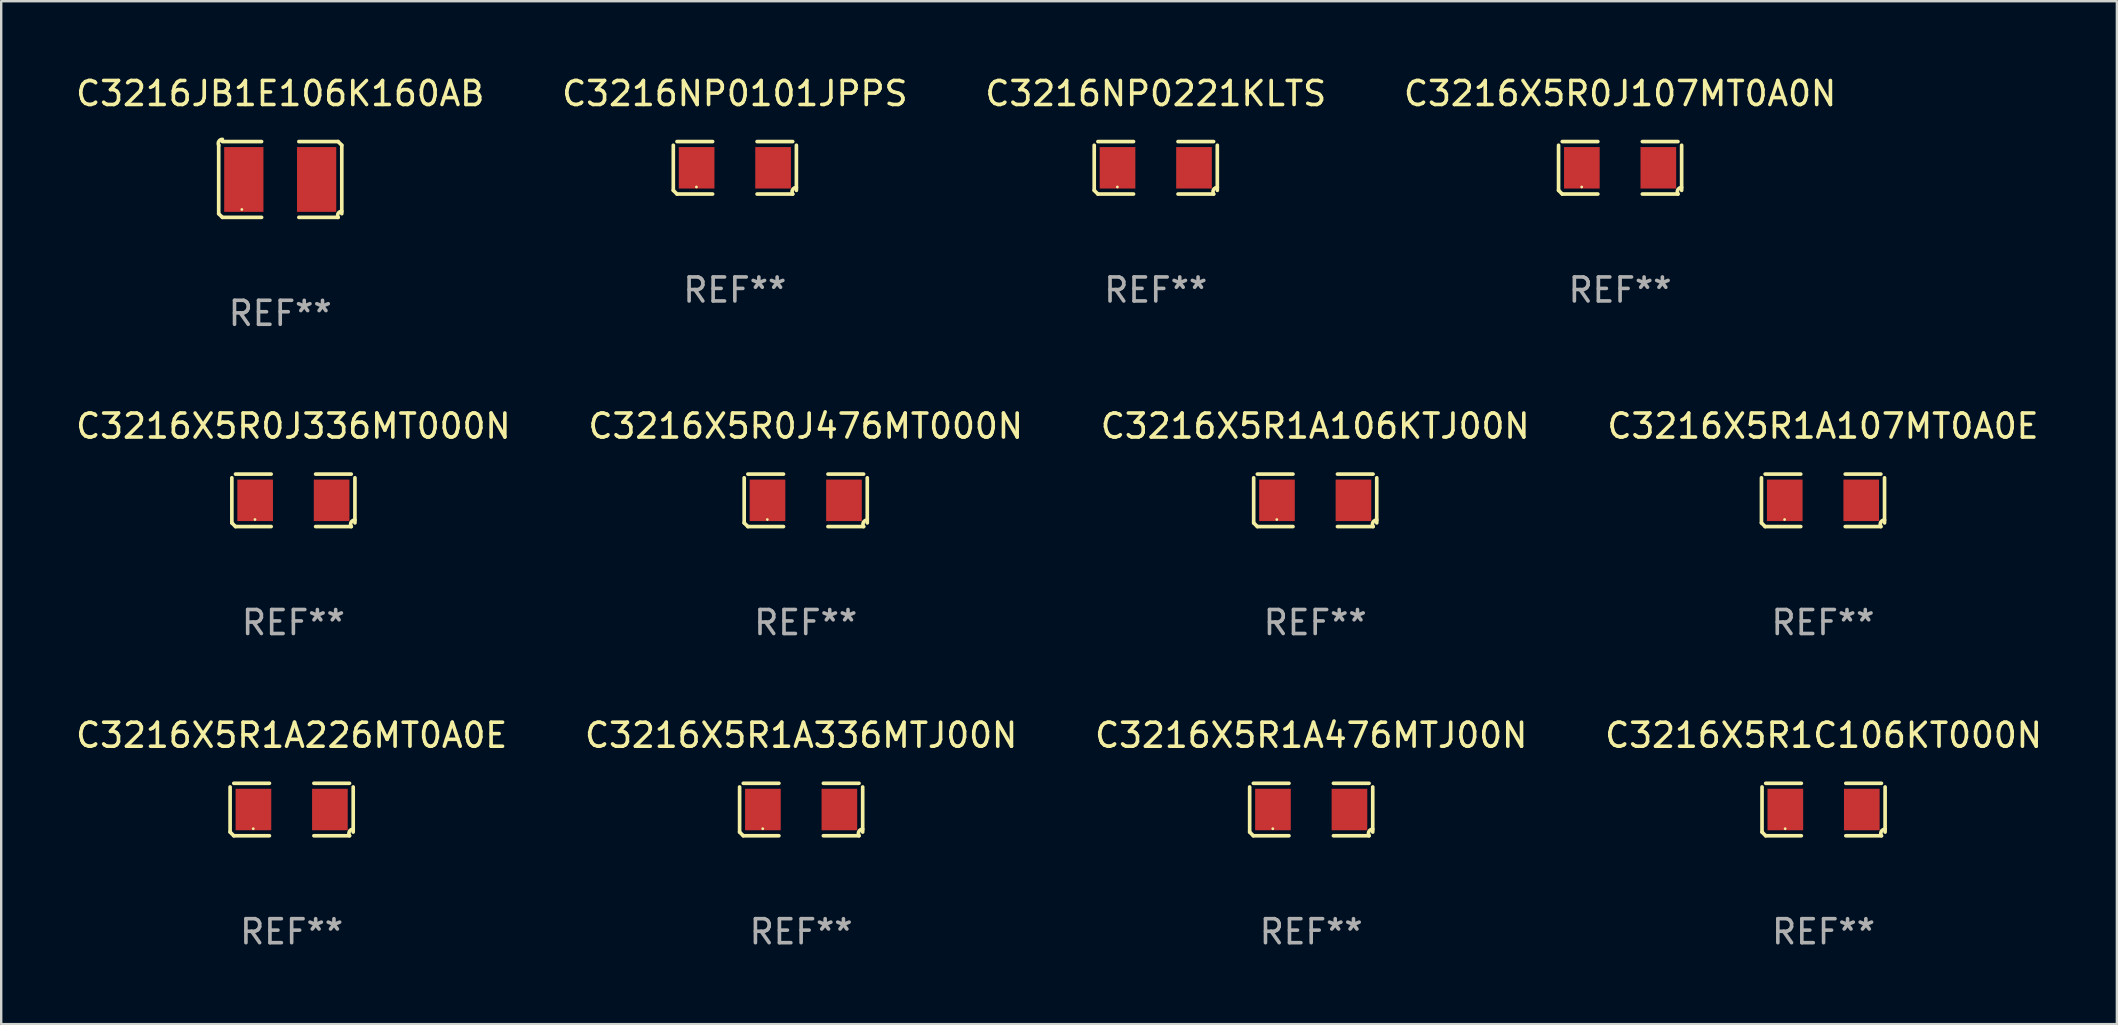
<source format=kicad_pcb>
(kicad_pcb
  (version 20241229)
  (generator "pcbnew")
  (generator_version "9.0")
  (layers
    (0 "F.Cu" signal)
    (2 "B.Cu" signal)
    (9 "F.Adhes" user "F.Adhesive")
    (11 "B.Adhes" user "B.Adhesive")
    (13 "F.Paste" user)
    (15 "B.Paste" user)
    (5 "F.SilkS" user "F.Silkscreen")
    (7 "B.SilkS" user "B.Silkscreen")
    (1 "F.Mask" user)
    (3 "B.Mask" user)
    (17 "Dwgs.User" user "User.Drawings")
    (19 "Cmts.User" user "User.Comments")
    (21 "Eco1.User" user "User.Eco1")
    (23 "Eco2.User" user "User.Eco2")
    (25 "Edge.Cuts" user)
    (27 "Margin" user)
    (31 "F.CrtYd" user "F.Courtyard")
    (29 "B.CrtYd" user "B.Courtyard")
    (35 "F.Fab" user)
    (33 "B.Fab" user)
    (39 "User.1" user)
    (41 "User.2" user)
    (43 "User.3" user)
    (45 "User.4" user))
  (footprint "C3216NP0221KLTS"
    (layer "F.Cu")
    (at 45.101 3.941)
    (property "Reference" "C3216NP0221KLTS" (at 0 -3.093 0) (layer "F.SilkS") (effects (font (size 1 1) (thickness 0.15))))
    (attr through_hole)
    (fp_line (start -2.564 0.94) (end -2.564 -0.94) (stroke (width 0.152) (type solid)) (layer "F.SilkS"))
    (fp_line (start -2.411 -1.093) (end -0.926 -1.093) (stroke (width 0.152) (type solid)) (layer "F.SilkS"))
    (fp_line (start -0.926 1.093) (end -2.411 1.093) (stroke (width 0.152) (type solid)) (layer "F.SilkS"))
    (fp_line (start 0.926 1.093) (end 2.411 1.093) (stroke (width 0.152) (type solid)) (layer "F.SilkS"))
    (fp_line (start 2.411 -1.093) (end 0.926 -1.093) (stroke (width 0.152) (type solid)) (layer "F.SilkS"))
    (fp_line (start 2.564 0.94) (end 2.564 -0.94) (stroke (width 0.152) (type solid)) (layer "F.SilkS"))
    (fp_arc (start -2.411201 1.092609) (mid -2.487413 1.01642) (end -2.563602 0.940208) (stroke (width 0.1524) (type solid)) (layer "F.SilkS"))
    (fp_arc (start 2.411201 1.092609) (mid 2.407159 0.911226) (end 2.563602 0.819347) (stroke (width 0.1524) (type solid)) (layer "F.SilkS"))
    (fp_circle (center -1.6 0.8) (end -1.57 0.8) (stroke (width 0.06) (type solid)) (fill no) (layer "F.SilkS"))
    (fp_text user "REF**" (at 0 5.093 0) (layer "F.Fab") (effects (font (size 1 1) (thickness 0.15))))
    (pad "1" smd rect (at -1.593 0) (size 1.485 1.728) (layers "F.Cu" "F.Mask" "F.Paste"))
    (pad "2" smd rect (at 1.593 0) (size 1.485 1.728) (layers "F.Cu" "F.Mask" "F.Paste")))
  (footprint "C3216X5R1A107MT0A0E"
    (layer "F.Cu")
    (at 72.899 17.795)
    (property "Reference" "C3216X5R1A107MT0A0E" (at 0 -3.093 0) (layer "F.SilkS") (effects (font (size 1 1) (thickness 0.15))))
    (attr through_hole)
    (fp_line (start -2.564 0.94) (end -2.564 -0.94) (stroke (width 0.152) (type solid)) (layer "F.SilkS"))
    (fp_line (start -2.411 -1.093) (end -0.926 -1.093) (stroke (width 0.152) (type solid)) (layer "F.SilkS"))
    (fp_line (start -0.926 1.093) (end -2.411 1.093) (stroke (width 0.152) (type solid)) (layer "F.SilkS"))
    (fp_line (start 0.926 1.093) (end 2.411 1.093) (stroke (width 0.152) (type solid)) (layer "F.SilkS"))
    (fp_line (start 2.411 -1.093) (end 0.926 -1.093) (stroke (width 0.152) (type solid)) (layer "F.SilkS"))
    (fp_line (start 2.564 0.94) (end 2.564 -0.94) (stroke (width 0.152) (type solid)) (layer "F.SilkS"))
    (fp_arc (start -2.411201 1.092609) (mid -2.487413 1.01642) (end -2.563602 0.940208) (stroke (width 0.1524) (type solid)) (layer "F.SilkS"))
    (fp_arc (start 2.411201 1.092609) (mid 2.407159 0.911226) (end 2.563602 0.819347) (stroke (width 0.1524) (type solid)) (layer "F.SilkS"))
    (fp_circle (center -1.6 0.8) (end -1.57 0.8) (stroke (width 0.06) (type solid)) (fill no) (layer "F.SilkS"))
    (fp_text user "REF**" (at 0 5.093 0) (layer "F.Fab") (effects (font (size 1 1) (thickness 0.15))))
    (pad "1" smd rect (at -1.593 0) (size 1.485 1.728) (layers "F.Cu" "F.Mask" "F.Paste"))
    (pad "2" smd rect (at 1.593 0) (size 1.485 1.728) (layers "F.Cu" "F.Mask" "F.Paste")))
  (footprint "C3216JB1E106K160AB"
    (layer "F.Cu")
    (at 8.625 4.427)
    (property "Reference" "C3216JB1E106K160AB" (at 0 -3.579 0) (layer "F.SilkS") (effects (font (size 1 1) (thickness 0.15))))
    (attr through_hole)
    (fp_line (start -2.564 1.426) (end -2.564 -1.426) (stroke (width 0.152) (type solid)) (layer "F.SilkS"))
    (fp_line (start -2.411 -1.579) (end -0.776 -1.579) (stroke (width 0.152) (type solid)) (layer "F.SilkS"))
    (fp_line (start -0.776 1.579) (end -2.411 1.579) (stroke (width 0.152) (type solid)) (layer "F.SilkS"))
    (fp_line (start 0.776 1.579) (end 2.411 1.579) (stroke (width 0.152) (type solid)) (layer "F.SilkS"))
    (fp_line (start 2.411 -1.579) (end 0.776 -1.579) (stroke (width 0.152) (type solid)) (layer "F.SilkS"))
    (fp_line (start 2.564 1.426) (end 2.564 -1.426) (stroke (width 0.152) (type solid)) (layer "F.SilkS"))
    (fp_arc (start -2.563602 -1.426213) (mid -2.555597 -1.591233) (end -2.411201 -1.671518) (stroke (width 0.1524) (type solid)) (layer "F.SilkS"))
    (fp_arc (start -2.5636 1.426214) (mid -2.487389 1.502402) (end -2.411201 1.578613) (stroke (width 0.1524) (type solid)) (layer "F.SilkS"))
    (fp_arc (start 2.411197 -1.578618) (mid 2.487403 -1.502419) (end 2.563602 -1.426213) (stroke (width 0.1524) (type solid)) (layer "F.SilkS"))
    (fp_arc (start 2.411201 1.578613) (mid 2.416214 1.409455) (end 2.563602 1.32629) (stroke (width 0.1524) (type solid)) (layer "F.SilkS"))
    (fp_circle (center -1.6 1.25) (end -1.57 1.25) (stroke (width 0.06) (type solid)) (fill no) (layer "F.SilkS"))
    (fp_text user "REF**" (at 0 5.579 0) (layer "F.Fab") (effects (font (size 1 1) (thickness 0.15))))
    (pad "1" smd rect (at -1.517 0) (size 1.635 2.7) (layers "F.Cu" "F.Mask" "F.Paste"))
    (pad "2" smd rect (at 1.517 0) (size 1.635 2.7) (layers "F.Cu" "F.Mask" "F.Paste")))
  (footprint "C3216X5R1A106KTJ00N"
    (layer "F.Cu")
    (at 51.744 17.795)
    (property "Reference" "C3216X5R1A106KTJ00N" (at 0 -3.093 0) (layer "F.SilkS") (effects (font (size 1 1) (thickness 0.15))))
    (attr through_hole)
    (fp_line (start -2.564 0.94) (end -2.564 -0.94) (stroke (width 0.152) (type solid)) (layer "F.SilkS"))
    (fp_line (start -2.411 -1.093) (end -0.926 -1.093) (stroke (width 0.152) (type solid)) (layer "F.SilkS"))
    (fp_line (start -0.926 1.093) (end -2.411 1.093) (stroke (width 0.152) (type solid)) (layer "F.SilkS"))
    (fp_line (start 0.926 1.093) (end 2.411 1.093) (stroke (width 0.152) (type solid)) (layer "F.SilkS"))
    (fp_line (start 2.411 -1.093) (end 0.926 -1.093) (stroke (width 0.152) (type solid)) (layer "F.SilkS"))
    (fp_line (start 2.564 0.94) (end 2.564 -0.94) (stroke (width 0.152) (type solid)) (layer "F.SilkS"))
    (fp_arc (start -2.411201 1.092609) (mid -2.487413 1.01642) (end -2.563602 0.940208) (stroke (width 0.1524) (type solid)) (layer "F.SilkS"))
    (fp_arc (start 2.411201 1.092609) (mid 2.407159 0.911226) (end 2.563602 0.819347) (stroke (width 0.1524) (type solid)) (layer "F.SilkS"))
    (fp_circle (center -1.6 0.8) (end -1.57 0.8) (stroke (width 0.06) (type solid)) (fill no) (layer "F.SilkS"))
    (fp_text user "REF**" (at 0 5.093 0) (layer "F.Fab") (effects (font (size 1 1) (thickness 0.15))))
    (pad "1" smd rect (at -1.593 0) (size 1.485 1.728) (layers "F.Cu" "F.Mask" "F.Paste"))
    (pad "2" smd rect (at 1.593 0) (size 1.485 1.728) (layers "F.Cu" "F.Mask" "F.Paste")))
  (footprint "C3216X5R0J476MT000N"
    (layer "F.Cu")
    (at 30.518 17.795)
    (property "Reference" "C3216X5R0J476MT000N" (at 0 -3.093 0) (layer "F.SilkS") (effects (font (size 1 1) (thickness 0.15))))
    (attr through_hole)
    (fp_line (start -2.564 0.94) (end -2.564 -0.94) (stroke (width 0.152) (type solid)) (layer "F.SilkS"))
    (fp_line (start -2.411 -1.093) (end -0.926 -1.093) (stroke (width 0.152) (type solid)) (layer "F.SilkS"))
    (fp_line (start -0.926 1.093) (end -2.411 1.093) (stroke (width 0.152) (type solid)) (layer "F.SilkS"))
    (fp_line (start 0.926 1.093) (end 2.411 1.093) (stroke (width 0.152) (type solid)) (layer "F.SilkS"))
    (fp_line (start 2.411 -1.093) (end 0.926 -1.093) (stroke (width 0.152) (type solid)) (layer "F.SilkS"))
    (fp_line (start 2.564 0.94) (end 2.564 -0.94) (stroke (width 0.152) (type solid)) (layer "F.SilkS"))
    (fp_arc (start -2.411201 1.092609) (mid -2.487413 1.01642) (end -2.563602 0.940208) (stroke (width 0.1524) (type solid)) (layer "F.SilkS"))
    (fp_arc (start 2.411201 1.092609) (mid 2.407159 0.911226) (end 2.563602 0.819347) (stroke (width 0.1524) (type solid)) (layer "F.SilkS"))
    (fp_circle (center -1.6 0.8) (end -1.57 0.8) (stroke (width 0.06) (type solid)) (fill no) (layer "F.SilkS"))
    (fp_text user "REF**" (at 0 5.093 0) (layer "F.Fab") (effects (font (size 1 1) (thickness 0.15))))
    (pad "1" smd rect (at -1.593 0) (size 1.485 1.728) (layers "F.Cu" "F.Mask" "F.Paste"))
    (pad "2" smd rect (at 1.593 0) (size 1.485 1.728) (layers "F.Cu" "F.Mask" "F.Paste")))
  (footprint "C3216X5R1C106KT000N"
    (layer "F.Cu")
    (at 72.923 30.676)
    (property "Reference" "C3216X5R1C106KT000N" (at 0 -3.093 0) (layer "F.SilkS") (effects (font (size 1 1) (thickness 0.15))))
    (attr through_hole)
    (fp_line (start -2.564 0.94) (end -2.564 -0.94) (stroke (width 0.152) (type solid)) (layer "F.SilkS"))
    (fp_line (start -2.411 -1.093) (end -0.926 -1.093) (stroke (width 0.152) (type solid)) (layer "F.SilkS"))
    (fp_line (start -0.926 1.093) (end -2.411 1.093) (stroke (width 0.152) (type solid)) (layer "F.SilkS"))
    (fp_line (start 0.926 1.093) (end 2.411 1.093) (stroke (width 0.152) (type solid)) (layer "F.SilkS"))
    (fp_line (start 2.411 -1.093) (end 0.926 -1.093) (stroke (width 0.152) (type solid)) (layer "F.SilkS"))
    (fp_line (start 2.564 0.94) (end 2.564 -0.94) (stroke (width 0.152) (type solid)) (layer "F.SilkS"))
    (fp_arc (start -2.411201 1.092609) (mid -2.487413 1.01642) (end -2.563602 0.940208) (stroke (width 0.1524) (type solid)) (layer "F.SilkS"))
    (fp_arc (start 2.411201 1.092609) (mid 2.407159 0.911226) (end 2.563602 0.819347) (stroke (width 0.1524) (type solid)) (layer "F.SilkS"))
    (fp_circle (center -1.6 0.8) (end -1.57 0.8) (stroke (width 0.06) (type solid)) (fill no) (layer "F.SilkS"))
    (fp_text user "REF**" (at 0 5.093 0) (layer "F.Fab") (effects (font (size 1 1) (thickness 0.15))))
    (pad "1" smd rect (at -1.593 0) (size 1.485 1.728) (layers "F.Cu" "F.Mask" "F.Paste"))
    (pad "2" smd rect (at 1.593 0) (size 1.485 1.728) (layers "F.Cu" "F.Mask" "F.Paste")))
  (footprint "C3216NP0101JPPS"
    (layer "F.Cu")
    (at 27.565 3.941)
    (property "Reference" "C3216NP0101JPPS" (at 0 -3.093 0) (layer "F.SilkS") (effects (font (size 1 1) (thickness 0.15))))
    (attr through_hole)
    (fp_line (start -2.564 0.94) (end -2.564 -0.94) (stroke (width 0.152) (type solid)) (layer "F.SilkS"))
    (fp_line (start -2.411 -1.093) (end -0.926 -1.093) (stroke (width 0.152) (type solid)) (layer "F.SilkS"))
    (fp_line (start -0.926 1.093) (end -2.411 1.093) (stroke (width 0.152) (type solid)) (layer "F.SilkS"))
    (fp_line (start 0.926 1.093) (end 2.411 1.093) (stroke (width 0.152) (type solid)) (layer "F.SilkS"))
    (fp_line (start 2.411 -1.093) (end 0.926 -1.093) (stroke (width 0.152) (type solid)) (layer "F.SilkS"))
    (fp_line (start 2.564 0.94) (end 2.564 -0.94) (stroke (width 0.152) (type solid)) (layer "F.SilkS"))
    (fp_arc (start -2.411201 1.092609) (mid -2.487413 1.01642) (end -2.563602 0.940208) (stroke (width 0.1524) (type solid)) (layer "F.SilkS"))
    (fp_arc (start 2.411201 1.092609) (mid 2.407159 0.911226) (end 2.563602 0.819347) (stroke (width 0.1524) (type solid)) (layer "F.SilkS"))
    (fp_circle (center -1.6 0.8) (end -1.57 0.8) (stroke (width 0.06) (type solid)) (fill no) (layer "F.SilkS"))
    (fp_text user "REF**" (at 0 5.093 0) (layer "F.Fab") (effects (font (size 1 1) (thickness 0.15))))
    (pad "1" smd rect (at -1.593 0) (size 1.485 1.728) (layers "F.Cu" "F.Mask" "F.Paste"))
    (pad "2" smd rect (at 1.593 0) (size 1.485 1.728) (layers "F.Cu" "F.Mask" "F.Paste")))
  (footprint "C3216X5R0J336MT000N"
    (layer "F.Cu")
    (at 9.173 17.795)
    (property "Reference" "C3216X5R0J336MT000N" (at 0 -3.093 0) (layer "F.SilkS") (effects (font (size 1 1) (thickness 0.15))))
    (attr through_hole)
    (fp_line (start -2.564 0.94) (end -2.564 -0.94) (stroke (width 0.152) (type solid)) (layer "F.SilkS"))
    (fp_line (start -2.411 -1.093) (end -0.926 -1.093) (stroke (width 0.152) (type solid)) (layer "F.SilkS"))
    (fp_line (start -0.926 1.093) (end -2.411 1.093) (stroke (width 0.152) (type solid)) (layer "F.SilkS"))
    (fp_line (start 0.926 1.093) (end 2.411 1.093) (stroke (width 0.152) (type solid)) (layer "F.SilkS"))
    (fp_line (start 2.411 -1.093) (end 0.926 -1.093) (stroke (width 0.152) (type solid)) (layer "F.SilkS"))
    (fp_line (start 2.564 0.94) (end 2.564 -0.94) (stroke (width 0.152) (type solid)) (layer "F.SilkS"))
    (fp_arc (start -2.411201 1.092609) (mid -2.487413 1.01642) (end -2.563602 0.940208) (stroke (width 0.1524) (type solid)) (layer "F.SilkS"))
    (fp_arc (start 2.411201 1.092609) (mid 2.407159 0.911226) (end 2.563602 0.819347) (stroke (width 0.1524) (type solid)) (layer "F.SilkS"))
    (fp_circle (center -1.6 0.8) (end -1.57 0.8) (stroke (width 0.06) (type solid)) (fill no) (layer "F.SilkS"))
    (fp_text user "REF**" (at 0 5.093 0) (layer "F.Fab") (effects (font (size 1 1) (thickness 0.15))))
    (pad "1" smd rect (at -1.593 0) (size 1.485 1.728) (layers "F.Cu" "F.Mask" "F.Paste"))
    (pad "2" smd rect (at 1.593 0) (size 1.485 1.728) (layers "F.Cu" "F.Mask" "F.Paste")))
  (footprint "C3216X5R0J107MT0A0N"
    (layer "F.Cu")
    (at 64.446 3.941)
    (property "Reference" "C3216X5R0J107MT0A0N" (at 0 -3.093 0) (layer "F.SilkS") (effects (font (size 1 1) (thickness 0.15))))
    (attr through_hole)
    (fp_line (start -2.564 0.94) (end -2.564 -0.94) (stroke (width 0.152) (type solid)) (layer "F.SilkS"))
    (fp_line (start -2.411 -1.093) (end -0.926 -1.093) (stroke (width 0.152) (type solid)) (layer "F.SilkS"))
    (fp_line (start -0.926 1.093) (end -2.411 1.093) (stroke (width 0.152) (type solid)) (layer "F.SilkS"))
    (fp_line (start 0.926 1.093) (end 2.411 1.093) (stroke (width 0.152) (type solid)) (layer "F.SilkS"))
    (fp_line (start 2.411 -1.093) (end 0.926 -1.093) (stroke (width 0.152) (type solid)) (layer "F.SilkS"))
    (fp_line (start 2.564 0.94) (end 2.564 -0.94) (stroke (width 0.152) (type solid)) (layer "F.SilkS"))
    (fp_arc (start -2.411201 1.092609) (mid -2.487413 1.01642) (end -2.563602 0.940208) (stroke (width 0.1524) (type solid)) (layer "F.SilkS"))
    (fp_arc (start 2.411201 1.092609) (mid 2.407159 0.911226) (end 2.563602 0.819347) (stroke (width 0.1524) (type solid)) (layer "F.SilkS"))
    (fp_circle (center -1.6 0.8) (end -1.57 0.8) (stroke (width 0.06) (type solid)) (fill no) (layer "F.SilkS"))
    (fp_text user "REF**" (at 0 5.093 0) (layer "F.Fab") (effects (font (size 1 1) (thickness 0.15))))
    (pad "1" smd rect (at -1.593 0) (size 1.485 1.728) (layers "F.Cu" "F.Mask" "F.Paste"))
    (pad "2" smd rect (at 1.593 0) (size 1.485 1.728) (layers "F.Cu" "F.Mask" "F.Paste")))
  (footprint "C3216X5R1A226MT0A0E"
    (layer "F.Cu")
    (at 9.101 30.676)
    (property "Reference" "C3216X5R1A226MT0A0E" (at 0 -3.093 0) (layer "F.SilkS") (effects (font (size 1 1) (thickness 0.15))))
    (attr through_hole)
    (fp_line (start -2.564 0.94) (end -2.564 -0.94) (stroke (width 0.152) (type solid)) (layer "F.SilkS"))
    (fp_line (start -2.411 -1.093) (end -0.926 -1.093) (stroke (width 0.152) (type solid)) (layer "F.SilkS"))
    (fp_line (start -0.926 1.093) (end -2.411 1.093) (stroke (width 0.152) (type solid)) (layer "F.SilkS"))
    (fp_line (start 0.926 1.093) (end 2.411 1.093) (stroke (width 0.152) (type solid)) (layer "F.SilkS"))
    (fp_line (start 2.411 -1.093) (end 0.926 -1.093) (stroke (width 0.152) (type solid)) (layer "F.SilkS"))
    (fp_line (start 2.564 0.94) (end 2.564 -0.94) (stroke (width 0.152) (type solid)) (layer "F.SilkS"))
    (fp_arc (start -2.411201 1.092609) (mid -2.487413 1.01642) (end -2.563602 0.940208) (stroke (width 0.1524) (type solid)) (layer "F.SilkS"))
    (fp_arc (start 2.411201 1.092609) (mid 2.407159 0.911226) (end 2.563602 0.819347) (stroke (width 0.1524) (type solid)) (layer "F.SilkS"))
    (fp_circle (center -1.6 0.8) (end -1.57 0.8) (stroke (width 0.06) (type solid)) (fill no) (layer "F.SilkS"))
    (fp_text user "REF**" (at 0 5.093 0) (layer "F.Fab") (effects (font (size 1 1) (thickness 0.15))))
    (pad "1" smd rect (at -1.593 0) (size 1.485 1.728) (layers "F.Cu" "F.Mask" "F.Paste"))
    (pad "2" smd rect (at 1.593 0) (size 1.485 1.728) (layers "F.Cu" "F.Mask" "F.Paste")))
  (footprint "C3216X5R1A336MTJ00N"
    (layer "F.Cu")
    (at 30.327 30.676)
    (property "Reference" "C3216X5R1A336MTJ00N" (at 0 -3.093 0) (layer "F.SilkS") (effects (font (size 1 1) (thickness 0.15))))
    (attr through_hole)
    (fp_line (start -2.564 0.94) (end -2.564 -0.94) (stroke (width 0.152) (type solid)) (layer "F.SilkS"))
    (fp_line (start -2.411 -1.093) (end -0.926 -1.093) (stroke (width 0.152) (type solid)) (layer "F.SilkS"))
    (fp_line (start -0.926 1.093) (end -2.411 1.093) (stroke (width 0.152) (type solid)) (layer "F.SilkS"))
    (fp_line (start 0.926 1.093) (end 2.411 1.093) (stroke (width 0.152) (type solid)) (layer "F.SilkS"))
    (fp_line (start 2.411 -1.093) (end 0.926 -1.093) (stroke (width 0.152) (type solid)) (layer "F.SilkS"))
    (fp_line (start 2.564 0.94) (end 2.564 -0.94) (stroke (width 0.152) (type solid)) (layer "F.SilkS"))
    (fp_arc (start -2.411201 1.092609) (mid -2.487413 1.01642) (end -2.563602 0.940208) (stroke (width 0.1524) (type solid)) (layer "F.SilkS"))
    (fp_arc (start 2.411201 1.092609) (mid 2.407159 0.911226) (end 2.563602 0.819347) (stroke (width 0.1524) (type solid)) (layer "F.SilkS"))
    (fp_circle (center -1.6 0.8) (end -1.57 0.8) (stroke (width 0.06) (type solid)) (fill no) (layer "F.SilkS"))
    (fp_text user "REF**" (at 0 5.093 0) (layer "F.Fab") (effects (font (size 1 1) (thickness 0.15))))
    (pad "1" smd rect (at -1.593 0) (size 1.485 1.728) (layers "F.Cu" "F.Mask" "F.Paste"))
    (pad "2" smd rect (at 1.593 0) (size 1.485 1.728) (layers "F.Cu" "F.Mask" "F.Paste")))
  (footprint "C3216X5R1A476MTJ00N"
    (layer "F.Cu")
    (at 51.577 30.676)
    (property "Reference" "C3216X5R1A476MTJ00N" (at 0 -3.093 0) (layer "F.SilkS") (effects (font (size 1 1) (thickness 0.15))))
    (attr through_hole)
    (fp_line (start -2.564 0.94) (end -2.564 -0.94) (stroke (width 0.152) (type solid)) (layer "F.SilkS"))
    (fp_line (start -2.411 -1.093) (end -0.926 -1.093) (stroke (width 0.152) (type solid)) (layer "F.SilkS"))
    (fp_line (start -0.926 1.093) (end -2.411 1.093) (stroke (width 0.152) (type solid)) (layer "F.SilkS"))
    (fp_line (start 0.926 1.093) (end 2.411 1.093) (stroke (width 0.152) (type solid)) (layer "F.SilkS"))
    (fp_line (start 2.411 -1.093) (end 0.926 -1.093) (stroke (width 0.152) (type solid)) (layer "F.SilkS"))
    (fp_line (start 2.564 0.94) (end 2.564 -0.94) (stroke (width 0.152) (type solid)) (layer "F.SilkS"))
    (fp_arc (start -2.411201 1.092609) (mid -2.487413 1.01642) (end -2.563602 0.940208) (stroke (width 0.1524) (type solid)) (layer "F.SilkS"))
    (fp_arc (start 2.411201 1.092609) (mid 2.407159 0.911226) (end 2.563602 0.819347) (stroke (width 0.1524) (type solid)) (layer "F.SilkS"))
    (fp_circle (center -1.6 0.8) (end -1.57 0.8) (stroke (width 0.06) (type solid)) (fill no) (layer "F.SilkS"))
    (fp_text user "REF**" (at 0 5.093 0) (layer "F.Fab") (effects (font (size 1 1) (thickness 0.15))))
    (pad "1" smd rect (at -1.593 0) (size 1.485 1.728) (layers "F.Cu" "F.Mask" "F.Paste"))
    (pad "2" smd rect (at 1.593 0) (size 1.485 1.728) (layers "F.Cu" "F.Mask" "F.Paste")))
  (gr_rect
    (start -3 -3)
    (end 85.143 39.617)
    (stroke (width 0.1) (type default))
    (fill no)
    (layer "Edge.Cuts")))
</source>
